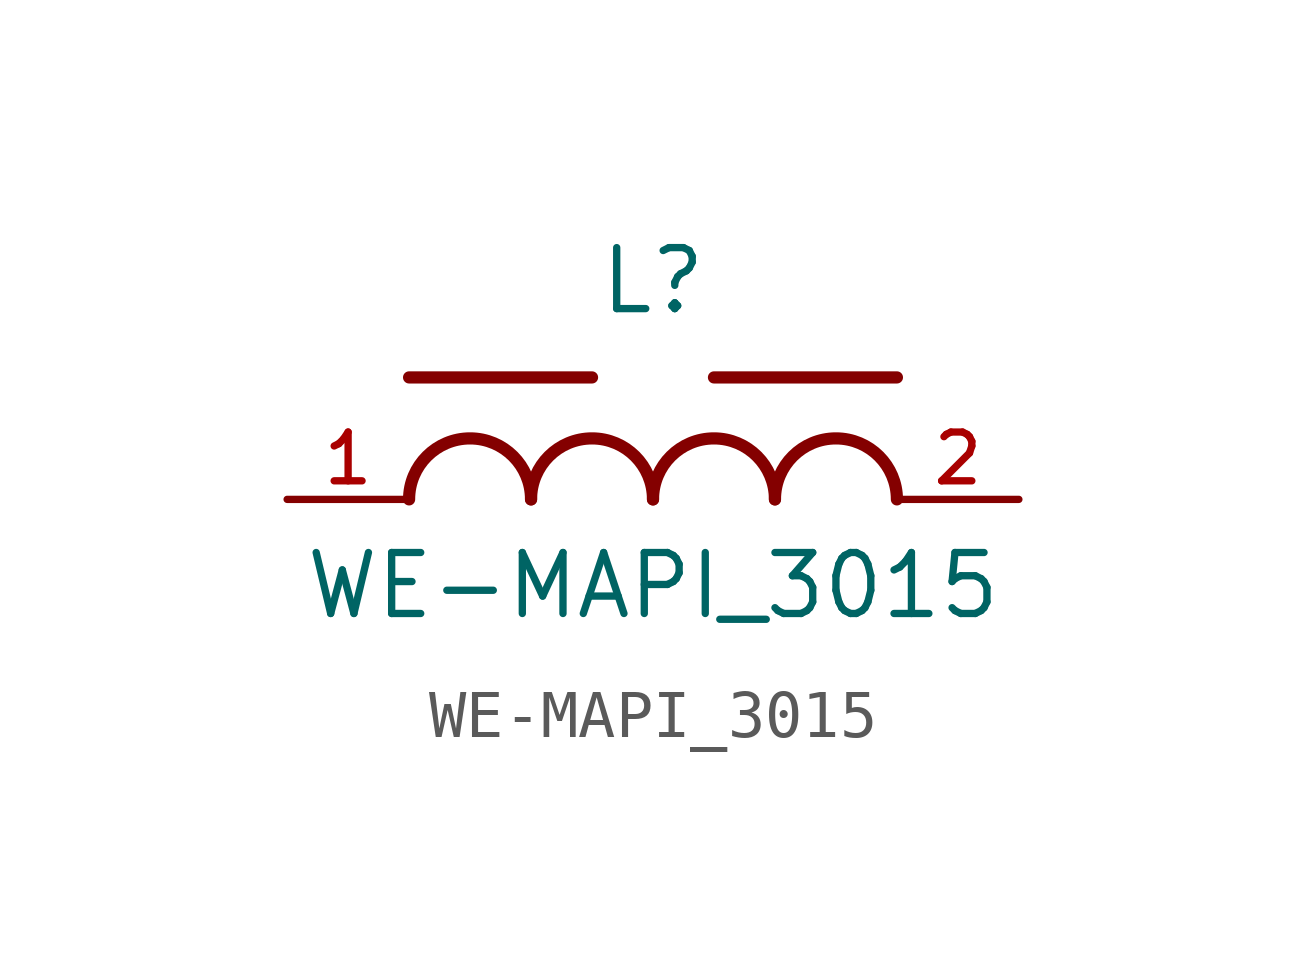
<source format=kicad_sym>
(kicad_symbol_lib
  (version 20211014)
  (generator kicad_symbol_editor)
  (symbol "WE-MAPI_3015"
    (pin_names
      (offset 1.016))
    (property "Reference" "L"
      (at 0.0 3.81 0)
      (effects (font (size 1.27 1.27)) (justify bottom)))
    (property "Value" "WE-MAPI_3015"
      (at 0.0 -2.54 0)
      (effects (font (size 1.27 1.27)) (justify bottom)))
    (symbol "WE-MAPI_3015_0_0"
      (arc (start -2.54 0.0) (mid -3.81 1.27) (end -5.08 0.0) (stroke (width 0.254) (type default) (color 0 0 0 0)) (fill (type none)))
      (arc (start 0.0 0.0) (mid -1.27 1.27) (end -2.54 0.0) (stroke (width 0.254) (type default) (color 0 0 0 0)) (fill (type none)))
      (arc (start 2.54 0.0) (mid 1.27 1.27) (end 0.0 0.0) (stroke (width 0.254) (type default) (color 0 0 0 0)) (fill (type none)))
      (arc (start 5.08 0.0) (mid 3.81 1.27) (end 2.54 0.0) (stroke (width 0.254) (type default) (color 0 0 0 0)) (fill (type none)))
      (polyline (pts (xy -5.08 2.54) (xy -1.27 2.54)) (stroke (width 0.254)))
      (polyline (pts (xy 1.27 2.54) (xy 5.08 2.54)) (stroke (width 0.254)))
      (pin passive line (at -7.62 0.0 0) (length 2.54) (name "~" (effects (font (size 1.016 1.016)))) (number "1" (effects (font (size 1.016 1.016)))))
      (pin passive line (at 7.62 0.0 180.0) (length 2.54) (name "~" (effects (font (size 1.016 1.016)))) (number "2" (effects (font (size 1.016 1.016))))))))
</source>
